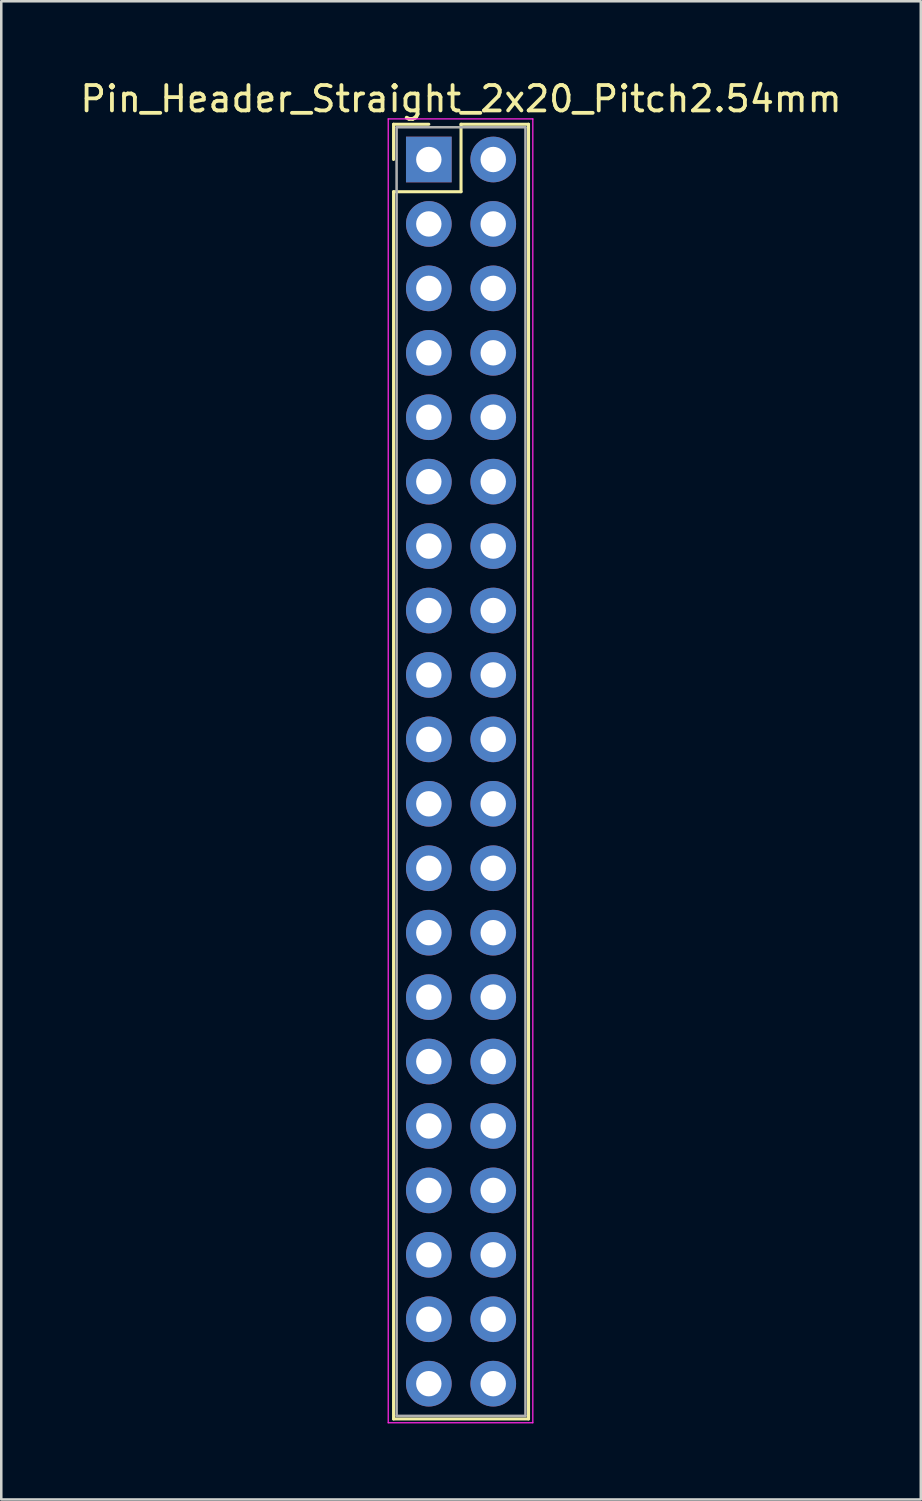
<source format=kicad_pcb>
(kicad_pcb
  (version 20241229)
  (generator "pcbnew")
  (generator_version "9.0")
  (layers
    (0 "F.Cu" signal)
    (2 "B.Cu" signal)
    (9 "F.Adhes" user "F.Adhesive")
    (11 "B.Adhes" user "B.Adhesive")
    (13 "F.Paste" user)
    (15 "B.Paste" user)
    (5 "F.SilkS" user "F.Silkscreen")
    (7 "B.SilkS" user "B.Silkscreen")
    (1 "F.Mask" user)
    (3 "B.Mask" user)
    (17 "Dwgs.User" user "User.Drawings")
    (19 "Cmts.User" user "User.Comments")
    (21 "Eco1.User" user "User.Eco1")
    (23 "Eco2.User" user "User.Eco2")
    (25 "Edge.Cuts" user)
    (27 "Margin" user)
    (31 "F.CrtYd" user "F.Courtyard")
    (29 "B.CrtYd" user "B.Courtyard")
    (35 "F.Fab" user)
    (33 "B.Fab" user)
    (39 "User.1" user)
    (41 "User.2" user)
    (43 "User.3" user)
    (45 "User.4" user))
  (footprint "Pin_Header_Straight_2x20_Pitch2.54mm"
    (layer "F.Cu")
    (at 13.855 3.238)
    (property "Reference" "Pin_Header_Straight_2x20_Pitch2.54mm" (at 1.27 -2.39 0) (layer "F.SilkS") (effects (font (size 1 1) (thickness 0.15))))
    (attr through_hole)
    (fp_line (start -1.39 -1.39) (end 0 -1.39) (stroke (width 0.12) (type solid)) (layer "F.SilkS"))
    (fp_line (start -1.39 0) (end -1.39 -1.39) (stroke (width 0.12) (type solid)) (layer "F.SilkS"))
    (fp_line (start -1.39 1.27) (end -1.39 49.65) (stroke (width 0.12) (type solid)) (layer "F.SilkS"))
    (fp_line (start -1.39 49.65) (end 3.93 49.65) (stroke (width 0.12) (type solid)) (layer "F.SilkS"))
    (fp_line (start 1.27 -1.39) (end 1.27 1.27) (stroke (width 0.12) (type solid)) (layer "F.SilkS"))
    (fp_line (start 1.27 1.27) (end -1.39 1.27) (stroke (width 0.12) (type solid)) (layer "F.SilkS"))
    (fp_line (start 3.93 -1.39) (end 1.27 -1.39) (stroke (width 0.12) (type solid)) (layer "F.SilkS"))
    (fp_line (start 3.93 49.65) (end 3.93 -1.39) (stroke (width 0.12) (type solid)) (layer "F.SilkS"))
    (fp_line (start -1.6 -1.6) (end -1.6 49.8) (stroke (width 0.05) (type solid)) (layer "F.CrtYd"))
    (fp_line (start -1.6 49.8) (end 4.1 49.8) (stroke (width 0.05) (type solid)) (layer "F.CrtYd"))
    (fp_line (start 4.1 -1.6) (end -1.6 -1.6) (stroke (width 0.05) (type solid)) (layer "F.CrtYd"))
    (fp_line (start 4.1 49.8) (end 4.1 -1.6) (stroke (width 0.05) (type solid)) (layer "F.CrtYd"))
    (fp_line (start -1.27 -1.27) (end -1.27 49.53) (stroke (width 0.1) (type solid)) (layer "F.Fab"))
    (fp_line (start -1.27 49.53) (end 3.81 49.53) (stroke (width 0.1) (type solid)) (layer "F.Fab"))
    (fp_line (start 3.81 -1.27) (end -1.27 -1.27) (stroke (width 0.1) (type solid)) (layer "F.Fab"))
    (fp_line (start 3.81 49.53) (end 3.81 -1.27) (stroke (width 0.1) (type solid)) (layer "F.Fab"))
    (pad "1" thru_hole rect (at 0 0) (size 1.8 1.8) (drill 1) (layers "*.Cu" "*.Mask"))
    (pad "2" thru_hole oval (at 2.54 0) (size 1.8 1.8) (drill 1) (layers "*.Cu" "*.Mask"))
    (pad "3" thru_hole oval (at 0 2.54) (size 1.8 1.8) (drill 1) (layers "*.Cu" "*.Mask"))
    (pad "4" thru_hole oval (at 2.54 2.54) (size 1.8 1.8) (drill 1) (layers "*.Cu" "*.Mask"))
    (pad "5" thru_hole oval (at 0 5.08) (size 1.8 1.8) (drill 1) (layers "*.Cu" "*.Mask"))
    (pad "6" thru_hole oval (at 2.54 5.08) (size 1.8 1.8) (drill 1) (layers "*.Cu" "*.Mask"))
    (pad "7" thru_hole oval (at 0 7.62) (size 1.8 1.8) (drill 1) (layers "*.Cu" "*.Mask"))
    (pad "8" thru_hole oval (at 2.54 7.62) (size 1.8 1.8) (drill 1) (layers "*.Cu" "*.Mask"))
    (pad "9" thru_hole oval (at 0 10.16) (size 1.8 1.8) (drill 1) (layers "*.Cu" "*.Mask"))
    (pad "10" thru_hole oval (at 2.54 10.16) (size 1.8 1.8) (drill 1) (layers "*.Cu" "*.Mask"))
    (pad "11" thru_hole oval (at 0 12.7) (size 1.8 1.8) (drill 1) (layers "*.Cu" "*.Mask"))
    (pad "12" thru_hole oval (at 2.54 12.7) (size 1.8 1.8) (drill 1) (layers "*.Cu" "*.Mask"))
    (pad "13" thru_hole oval (at 0 15.24) (size 1.8 1.8) (drill 1) (layers "*.Cu" "*.Mask"))
    (pad "14" thru_hole oval (at 2.54 15.24) (size 1.8 1.8) (drill 1) (layers "*.Cu" "*.Mask"))
    (pad "15" thru_hole oval (at 0 17.78) (size 1.8 1.8) (drill 1) (layers "*.Cu" "*.Mask"))
    (pad "16" thru_hole oval (at 2.54 17.78) (size 1.8 1.8) (drill 1) (layers "*.Cu" "*.Mask"))
    (pad "17" thru_hole oval (at 0 20.32) (size 1.8 1.8) (drill 1) (layers "*.Cu" "*.Mask"))
    (pad "18" thru_hole oval (at 2.54 20.32) (size 1.8 1.8) (drill 1) (layers "*.Cu" "*.Mask"))
    (pad "19" thru_hole oval (at 0 22.86) (size 1.8 1.8) (drill 1) (layers "*.Cu" "*.Mask"))
    (pad "20" thru_hole oval (at 2.54 22.86) (size 1.8 1.8) (drill 1) (layers "*.Cu" "*.Mask"))
    (pad "21" thru_hole oval (at 0 25.4) (size 1.8 1.8) (drill 1) (layers "*.Cu" "*.Mask"))
    (pad "22" thru_hole oval (at 2.54 25.4) (size 1.8 1.8) (drill 1) (layers "*.Cu" "*.Mask"))
    (pad "23" thru_hole oval (at 0 27.94) (size 1.8 1.8) (drill 1) (layers "*.Cu" "*.Mask"))
    (pad "24" thru_hole oval (at 2.54 27.94) (size 1.8 1.8) (drill 1) (layers "*.Cu" "*.Mask"))
    (pad "25" thru_hole oval (at 0 30.48) (size 1.8 1.8) (drill 1) (layers "*.Cu" "*.Mask"))
    (pad "26" thru_hole oval (at 2.54 30.48) (size 1.8 1.8) (drill 1) (layers "*.Cu" "*.Mask"))
    (pad "27" thru_hole oval (at 0 33.02) (size 1.8 1.8) (drill 1) (layers "*.Cu" "*.Mask"))
    (pad "28" thru_hole oval (at 2.54 33.02) (size 1.8 1.8) (drill 1) (layers "*.Cu" "*.Mask"))
    (pad "29" thru_hole oval (at 0 35.56) (size 1.8 1.8) (drill 1) (layers "*.Cu" "*.Mask"))
    (pad "30" thru_hole oval (at 2.54 35.56) (size 1.8 1.8) (drill 1) (layers "*.Cu" "*.Mask"))
    (pad "31" thru_hole oval (at 0 38.1) (size 1.8 1.8) (drill 1) (layers "*.Cu" "*.Mask"))
    (pad "32" thru_hole oval (at 2.54 38.1) (size 1.8 1.8) (drill 1) (layers "*.Cu" "*.Mask"))
    (pad "33" thru_hole oval (at 0 40.64) (size 1.8 1.8) (drill 1) (layers "*.Cu" "*.Mask"))
    (pad "34" thru_hole oval (at 2.54 40.64) (size 1.8 1.8) (drill 1) (layers "*.Cu" "*.Mask"))
    (pad "35" thru_hole oval (at 0 43.18) (size 1.8 1.8) (drill 1) (layers "*.Cu" "*.Mask"))
    (pad "36" thru_hole oval (at 2.54 43.18) (size 1.8 1.8) (drill 1) (layers "*.Cu" "*.Mask"))
    (pad "37" thru_hole oval (at 0 45.72) (size 1.8 1.8) (drill 1) (layers "*.Cu" "*.Mask"))
    (pad "38" thru_hole oval (at 2.54 45.72) (size 1.8 1.8) (drill 1) (layers "*.Cu" "*.Mask"))
    (pad "39" thru_hole oval (at 0 48.26) (size 1.8 1.8) (drill 1) (layers "*.Cu" "*.Mask"))
    (pad "40" thru_hole oval (at 2.54 48.26) (size 1.8 1.8) (drill 1) (layers "*.Cu" "*.Mask")))
  (gr_rect
    (start -3 -3)
    (end 33.25 56.063)
    (stroke (width 0.1) (type default))
    (fill no)
    (layer "Edge.Cuts")))
</source>
